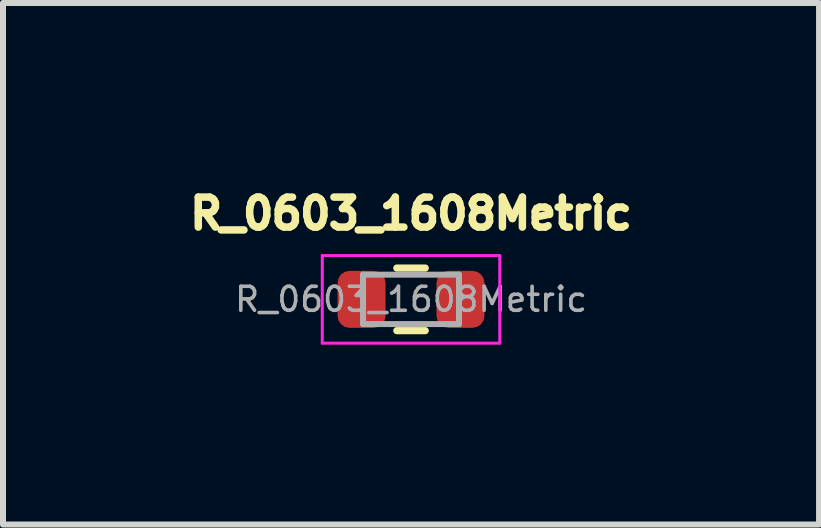
<source format=kicad_pcb>
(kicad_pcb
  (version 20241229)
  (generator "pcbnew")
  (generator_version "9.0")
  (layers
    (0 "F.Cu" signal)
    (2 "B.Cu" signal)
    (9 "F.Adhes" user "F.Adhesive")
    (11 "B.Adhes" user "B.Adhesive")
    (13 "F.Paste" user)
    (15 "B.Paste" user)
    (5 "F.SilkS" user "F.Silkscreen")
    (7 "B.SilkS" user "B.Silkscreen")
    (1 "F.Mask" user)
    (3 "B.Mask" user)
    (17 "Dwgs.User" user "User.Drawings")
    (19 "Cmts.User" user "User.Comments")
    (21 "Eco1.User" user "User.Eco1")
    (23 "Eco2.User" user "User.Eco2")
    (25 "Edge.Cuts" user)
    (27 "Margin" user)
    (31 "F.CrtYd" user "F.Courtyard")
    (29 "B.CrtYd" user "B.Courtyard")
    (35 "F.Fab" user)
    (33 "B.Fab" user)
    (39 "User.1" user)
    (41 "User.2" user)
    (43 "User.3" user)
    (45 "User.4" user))
  (footprint "R_0603_1608Metric"
    (layer "F.Cu")
    (at 3.804 1.942)
    (property "Reference" "R_0603_1608Metric" (at 0 -1.43 0) (layer "F.SilkS") (effects (font (size 0.5 0.5) (thickness 0.125))))
    (attr smd)
    (fp_line (start -0.237 -0.522) (end 0.237 -0.522) (stroke (width 0.12) (type solid)) (layer "F.SilkS"))
    (fp_line (start -0.237 0.522) (end 0.237 0.522) (stroke (width 0.12) (type solid)) (layer "F.SilkS"))
    (fp_line (start -1.48 -0.73) (end 1.48 -0.73) (stroke (width 0.05) (type solid)) (layer "F.CrtYd"))
    (fp_line (start -1.48 0.73) (end -1.48 -0.73) (stroke (width 0.05) (type solid)) (layer "F.CrtYd"))
    (fp_line (start 1.48 -0.73) (end 1.48 0.73) (stroke (width 0.05) (type solid)) (layer "F.CrtYd"))
    (fp_line (start 1.48 0.73) (end -1.48 0.73) (stroke (width 0.05) (type solid)) (layer "F.CrtYd"))
    (fp_line (start -0.8 -0.412) (end 0.8 -0.412) (stroke (width 0.1) (type solid)) (layer "F.Fab"))
    (fp_line (start -0.8 0.412) (end -0.8 -0.412) (stroke (width 0.1) (type solid)) (layer "F.Fab"))
    (fp_line (start 0.8 -0.412) (end 0.8 0.412) (stroke (width 0.1) (type solid)) (layer "F.Fab"))
    (fp_line (start 0.8 0.412) (end -0.8 0.412) (stroke (width 0.1) (type solid)) (layer "F.Fab"))
    (fp_text user "${REFERENCE}" (at 0 0 0) (layer "F.Fab") (effects (font (size 0.4 0.4) (thickness 0.06))))
    (pad "1" smd roundrect (at -0.825 0) (size 0.8 0.95) (layers "F.Cu" "F.Mask" "F.Paste") (roundrect_rratio 0.25))
    (pad "2" smd roundrect (at 0.825 0) (size 0.8 0.95) (layers "F.Cu" "F.Mask" "F.Paste") (roundrect_rratio 0.25)))
  (gr_rect
    (start -3 -3)
    (end 10.608 5.697)
    (stroke (width 0.1) (type default))
    (fill no)
    (layer "Edge.Cuts")))
</source>
